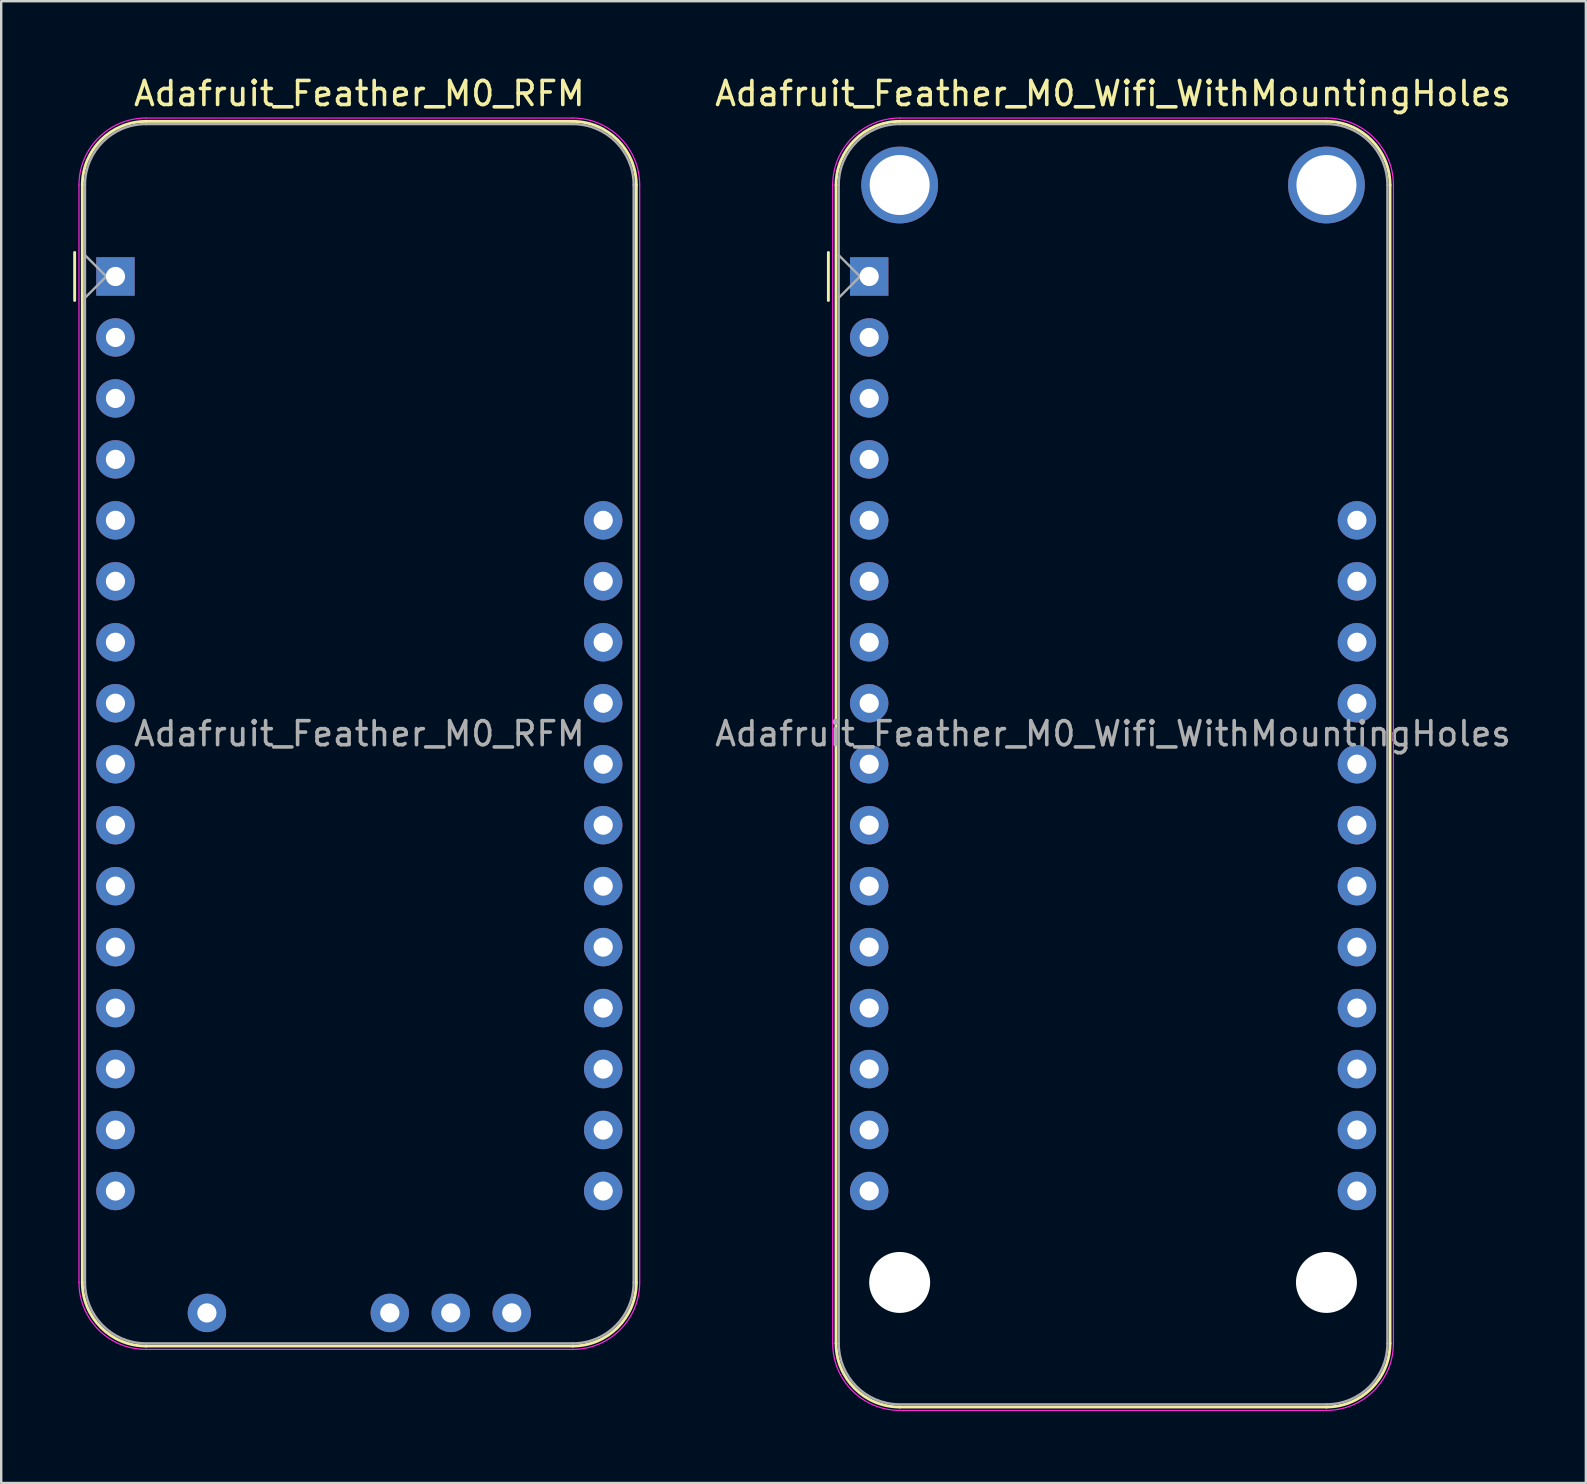
<source format=kicad_pcb>
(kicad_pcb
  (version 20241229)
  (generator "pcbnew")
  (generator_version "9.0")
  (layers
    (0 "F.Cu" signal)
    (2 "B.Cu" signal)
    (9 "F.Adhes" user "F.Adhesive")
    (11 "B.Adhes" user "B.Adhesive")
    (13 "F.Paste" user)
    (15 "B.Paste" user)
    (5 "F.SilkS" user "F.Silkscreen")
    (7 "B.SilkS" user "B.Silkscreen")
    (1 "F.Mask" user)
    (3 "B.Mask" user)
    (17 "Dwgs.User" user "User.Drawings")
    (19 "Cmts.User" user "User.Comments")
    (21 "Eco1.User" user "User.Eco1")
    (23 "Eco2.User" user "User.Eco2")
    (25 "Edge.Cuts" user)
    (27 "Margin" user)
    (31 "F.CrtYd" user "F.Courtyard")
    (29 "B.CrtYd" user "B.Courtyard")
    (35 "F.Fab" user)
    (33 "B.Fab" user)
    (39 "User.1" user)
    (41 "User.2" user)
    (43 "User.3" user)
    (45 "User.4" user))
  (footprint "Adafruit_Feather_M0_Wifi_WithMountingHoles"
    (layer "F.Cu")
    (at 33.161 8.468)
    (property "Reference" "Adafruit_Feather_M0_Wifi_WithMountingHoles" (at 10.16 -7.62 0) (layer "F.SilkS") (effects (font (size 1 1) (thickness 0.15))))
    (attr through_hole)
    (fp_line (start -1.7 1) (end -1.7 -1) (stroke (width 0.12) (type solid)) (layer "F.SilkS"))
    (fp_line (start -1.38 -3.81) (end -1.38 44.45) (stroke (width 0.12) (type solid)) (layer "F.SilkS"))
    (fp_line (start 19.05 -6.46) (end 1.27 -6.46) (stroke (width 0.12) (type solid)) (layer "F.SilkS"))
    (fp_line (start 19.05 47.1) (end 1.27 47.1) (stroke (width 0.12) (type solid)) (layer "F.SilkS"))
    (fp_line (start 21.7 -3.81) (end 21.7 44.45) (stroke (width 0.12) (type solid)) (layer "F.SilkS"))
    (fp_arc (start -1.38 -3.81) (mid -0.603833 -5.683833) (end 1.27 -6.46) (stroke (width 0.12) (type solid)) (layer "F.SilkS"))
    (fp_arc (start 1.27 47.1) (mid -0.603833 46.323833) (end -1.38 44.45) (stroke (width 0.12) (type solid)) (layer "F.SilkS"))
    (fp_arc (start 19.05 -6.46) (mid 20.923833 -5.683833) (end 21.7 -3.81) (stroke (width 0.12) (type solid)) (layer "F.SilkS"))
    (fp_arc (start 21.7 44.45) (mid 20.923833 46.323833) (end 19.05 47.1) (stroke (width 0.12) (type solid)) (layer "F.SilkS"))
    (fp_line (start -1.52 44.45) (end -1.52 -3.81) (stroke (width 0.05) (type solid)) (layer "F.CrtYd"))
    (fp_line (start 19.05 -6.6) (end 1.27 -6.6) (stroke (width 0.05) (type solid)) (layer "F.CrtYd"))
    (fp_line (start 19.05 47.24) (end 1.27 47.24) (stroke (width 0.05) (type solid)) (layer "F.CrtYd"))
    (fp_line (start 21.84 44.45) (end 21.84 -3.81) (stroke (width 0.05) (type solid)) (layer "F.CrtYd"))
    (fp_arc (start -1.52 -3.81) (mid -0.702828 -5.782828) (end 1.27 -6.6) (stroke (width 0.05) (type solid)) (layer "F.CrtYd"))
    (fp_arc (start 1.27 47.24) (mid -0.702828 46.422828) (end -1.52 44.45) (stroke (width 0.05) (type solid)) (layer "F.CrtYd"))
    (fp_arc (start 19.05 -6.6) (mid 21.022828 -5.782828) (end 21.84 -3.81) (stroke (width 0.05) (type solid)) (layer "F.CrtYd"))
    (fp_arc (start 21.84 44.45) (mid 21.022828 46.422828) (end 19.05 47.24) (stroke (width 0.05) (type solid)) (layer "F.CrtYd"))
    (fp_line (start -1.27 -3.81) (end -1.27 44.45) (stroke (width 0.1) (type solid)) (layer "F.Fab"))
    (fp_line (start -1.27 -0.889) (end -0.381 0) (stroke (width 0.1) (type solid)) (layer "F.Fab"))
    (fp_line (start -0.381 0) (end -1.27 0.889) (stroke (width 0.1) (type solid)) (layer "F.Fab"))
    (fp_line (start 1.27 46.99) (end 19.05 46.99) (stroke (width 0.1) (type solid)) (layer "F.Fab"))
    (fp_line (start 19.05 -6.35) (end 1.27 -6.35) (stroke (width 0.1) (type solid)) (layer "F.Fab"))
    (fp_line (start 21.59 44.45) (end 21.59 -3.81) (stroke (width 0.1) (type solid)) (layer "F.Fab"))
    (fp_arc (start -1.27 -3.81) (mid -0.526051 -5.606051) (end 1.27 -6.35) (stroke (width 0.1) (type solid)) (layer "F.Fab"))
    (fp_arc (start 1.221238 46.989532) (mid -0.543209 46.228728) (end -1.27 44.45) (stroke (width 0.1) (type solid)) (layer "F.Fab"))
    (fp_arc (start 19.05 -6.35) (mid 20.846051 -5.606051) (end 21.59 -3.81) (stroke (width 0.1) (type solid)) (layer "F.Fab"))
    (fp_arc (start 21.59 44.45) (mid 20.846051 46.246051) (end 19.05 46.99) (stroke (width 0.1) (type solid)) (layer "F.Fab"))
    (fp_text user "${REFERENCE}" (at 10.16 19.05 180) (layer "F.Fab") (effects (font (size 1 1) (thickness 0.15))))
    (pad "" np_thru_hole circle (at 1.27 -3.81 270) (size 3.2 3.2) (drill 2.5) (layers "*.Cu" "*.Mask"))
    (pad "" np_thru_hole circle (at 1.27 41.91 270) (size 2.54 2.54) (drill 2.54) (layers "*.Cu" "*.Mask"))
    (pad "" np_thru_hole circle (at 19.05 -3.81 270) (size 3.2 3.2) (drill 2.5) (layers "*.Cu" "*.Mask"))
    (pad "" np_thru_hole circle (at 19.05 41.91 270) (size 2.54 2.54) (drill 2.54) (layers "*.Cu" "*.Mask"))
    (pad "1" thru_hole rect (at 0 0 180) (size 1.6 1.6) (drill 0.8) (layers "*.Cu" "*.Mask"))
    (pad "2" thru_hole circle (at 0 2.54 180) (size 1.6 1.6) (drill 0.8) (layers "*.Cu" "*.Mask"))
    (pad "3" thru_hole circle (at 0 5.08 180) (size 1.6 1.6) (drill 0.8) (layers "*.Cu" "*.Mask"))
    (pad "4" thru_hole circle (at 0 7.62 180) (size 1.6 1.6) (drill 0.8) (layers "*.Cu" "*.Mask"))
    (pad "5" thru_hole circle (at 0 10.16 180) (size 1.6 1.6) (drill 0.8) (layers "*.Cu" "*.Mask"))
    (pad "6" thru_hole circle (at 0 12.7 180) (size 1.6 1.6) (drill 0.8) (layers "*.Cu" "*.Mask"))
    (pad "7" thru_hole circle (at 0 15.24 180) (size 1.6 1.6) (drill 0.8) (layers "*.Cu" "*.Mask"))
    (pad "8" thru_hole circle (at 0 17.78 180) (size 1.6 1.6) (drill 0.8) (layers "*.Cu" "*.Mask"))
    (pad "9" thru_hole circle (at 0 20.32 180) (size 1.6 1.6) (drill 0.8) (layers "*.Cu" "*.Mask"))
    (pad "10" thru_hole circle (at 0 22.86 180) (size 1.6 1.6) (drill 0.8) (layers "*.Cu" "*.Mask"))
    (pad "11" thru_hole circle (at 0 25.4 180) (size 1.6 1.6) (drill 0.8) (layers "*.Cu" "*.Mask"))
    (pad "12" thru_hole circle (at 0 27.94 180) (size 1.6 1.6) (drill 0.8) (layers "*.Cu" "*.Mask"))
    (pad "13" thru_hole circle (at 0 30.48 180) (size 1.6 1.6) (drill 0.8) (layers "*.Cu" "*.Mask"))
    (pad "14" thru_hole circle (at 0 33.02 180) (size 1.6 1.6) (drill 0.8) (layers "*.Cu" "*.Mask"))
    (pad "15" thru_hole circle (at 0 35.56 180) (size 1.6 1.6) (drill 0.8) (layers "*.Cu" "*.Mask"))
    (pad "16" thru_hole circle (at 0 38.1 180) (size 1.6 1.6) (drill 0.8) (layers "*.Cu" "*.Mask"))
    (pad "17" thru_hole circle (at 20.32 38.1 180) (size 1.6 1.6) (drill 0.8) (layers "*.Cu" "*.Mask"))
    (pad "18" thru_hole circle (at 20.32 35.56 180) (size 1.6 1.6) (drill 0.8) (layers "*.Cu" "*.Mask"))
    (pad "19" thru_hole circle (at 20.32 33.02 180) (size 1.6 1.6) (drill 0.8) (layers "*.Cu" "*.Mask"))
    (pad "20" thru_hole circle (at 20.32 30.48 180) (size 1.6 1.6) (drill 0.8) (layers "*.Cu" "*.Mask"))
    (pad "21" thru_hole circle (at 20.32 27.94 180) (size 1.6 1.6) (drill 0.8) (layers "*.Cu" "*.Mask"))
    (pad "22" thru_hole circle (at 20.32 25.4 180) (size 1.6 1.6) (drill 0.8) (layers "*.Cu" "*.Mask"))
    (pad "23" thru_hole circle (at 20.32 22.86 180) (size 1.6 1.6) (drill 0.8) (layers "*.Cu" "*.Mask"))
    (pad "24" thru_hole circle (at 20.32 20.32 180) (size 1.6 1.6) (drill 0.8) (layers "*.Cu" "*.Mask"))
    (pad "25" thru_hole circle (at 20.32 17.78 180) (size 1.6 1.6) (drill 0.8) (layers "*.Cu" "*.Mask"))
    (pad "26" thru_hole circle (at 20.32 15.24 180) (size 1.6 1.6) (drill 0.8) (layers "*.Cu" "*.Mask"))
    (pad "27" thru_hole circle (at 20.32 12.7 180) (size 1.6 1.6) (drill 0.8) (layers "*.Cu" "*.Mask"))
    (pad "28" thru_hole circle (at 20.32 10.16 180) (size 1.6 1.6) (drill 0.8) (layers "*.Cu" "*.Mask")))
  (footprint "Adafruit_Feather_M0_RFM"
    (layer "F.Cu")
    (at 1.76 8.468)
    (property "Reference" "Adafruit_Feather_M0_RFM" (at 10.16 -7.62 0) (layer "F.SilkS") (effects (font (size 1 1) (thickness 0.15))))
    (attr through_hole)
    (fp_line (start -1.7 1) (end -1.7 -1) (stroke (width 0.12) (type solid)) (layer "F.SilkS"))
    (fp_line (start -1.38 -3.81) (end -1.38 41.91) (stroke (width 0.12) (type solid)) (layer "F.SilkS"))
    (fp_line (start 19.05 -6.46) (end 1.27 -6.46) (stroke (width 0.12) (type solid)) (layer "F.SilkS"))
    (fp_line (start 19.05 44.56) (end 1.27 44.56) (stroke (width 0.12) (type solid)) (layer "F.SilkS"))
    (fp_line (start 21.7 -3.81) (end 21.7 41.91) (stroke (width 0.12) (type solid)) (layer "F.SilkS"))
    (fp_arc (start -1.38 -3.81) (mid -0.603833 -5.683833) (end 1.27 -6.46) (stroke (width 0.12) (type solid)) (layer "F.SilkS"))
    (fp_arc (start 1.27 44.56) (mid -0.603833 43.783833) (end -1.38 41.91) (stroke (width 0.12) (type solid)) (layer "F.SilkS"))
    (fp_arc (start 19.05 -6.46) (mid 20.923833 -5.683833) (end 21.7 -3.81) (stroke (width 0.12) (type solid)) (layer "F.SilkS"))
    (fp_arc (start 21.7 41.91) (mid 20.923833 43.783833) (end 19.05 44.56) (stroke (width 0.12) (type solid)) (layer "F.SilkS"))
    (fp_line (start -1.52 41.91) (end -1.52 -3.81) (stroke (width 0.05) (type solid)) (layer "F.CrtYd"))
    (fp_line (start 19.05 -6.6) (end 1.27 -6.6) (stroke (width 0.05) (type solid)) (layer "F.CrtYd"))
    (fp_line (start 19.05 44.7) (end 1.27 44.7) (stroke (width 0.05) (type solid)) (layer "F.CrtYd"))
    (fp_line (start 21.84 41.91) (end 21.84 -3.81) (stroke (width 0.05) (type solid)) (layer "F.CrtYd"))
    (fp_arc (start -1.52 -3.81) (mid -0.702828 -5.782828) (end 1.27 -6.6) (stroke (width 0.05) (type solid)) (layer "F.CrtYd"))
    (fp_arc (start 1.27 44.7) (mid -0.702828 43.882828) (end -1.52 41.91) (stroke (width 0.05) (type solid)) (layer "F.CrtYd"))
    (fp_arc (start 19.05 -6.6) (mid 21.022828 -5.782828) (end 21.84 -3.81) (stroke (width 0.05) (type solid)) (layer "F.CrtYd"))
    (fp_arc (start 21.84 41.91) (mid 21.022828 43.882828) (end 19.05 44.7) (stroke (width 0.05) (type solid)) (layer "F.CrtYd"))
    (fp_line (start -1.27 -3.81) (end -1.27 41.91) (stroke (width 0.1) (type solid)) (layer "F.Fab"))
    (fp_line (start -1.27 -0.889) (end -0.381 0) (stroke (width 0.1) (type solid)) (layer "F.Fab"))
    (fp_line (start -0.381 0) (end -1.27 0.889) (stroke (width 0.1) (type solid)) (layer "F.Fab"))
    (fp_line (start 1.27 44.45) (end 19.05 44.45) (stroke (width 0.1) (type solid)) (layer "F.Fab"))
    (fp_line (start 19.05 -6.35) (end 1.27 -6.35) (stroke (width 0.1) (type solid)) (layer "F.Fab"))
    (fp_line (start 21.59 41.91) (end 21.59 -3.81) (stroke (width 0.1) (type solid)) (layer "F.Fab"))
    (fp_arc (start -1.27 -3.81) (mid -0.526051 -5.606051) (end 1.27 -6.35) (stroke (width 0.1) (type solid)) (layer "F.Fab"))
    (fp_arc (start 1.221238 44.449532) (mid -0.543209 43.688728) (end -1.27 41.91) (stroke (width 0.1) (type solid)) (layer "F.Fab"))
    (fp_arc (start 19.05 -6.35) (mid 20.846051 -5.606051) (end 21.59 -3.81) (stroke (width 0.1) (type solid)) (layer "F.Fab"))
    (fp_arc (start 21.59 41.91) (mid 20.846051 43.706051) (end 19.05 44.45) (stroke (width 0.1) (type solid)) (layer "F.Fab"))
    (fp_text user "${REFERENCE}" (at 10.16 19.05 180) (layer "F.Fab") (effects (font (size 1 1) (thickness 0.15))))
    (pad "1" thru_hole rect (at 0 0 180) (size 1.6 1.6) (drill 0.8) (layers "*.Cu" "*.Mask"))
    (pad "2" thru_hole circle (at 0 2.54 180) (size 1.6 1.6) (drill 0.8) (layers "*.Cu" "*.Mask"))
    (pad "3" thru_hole circle (at 0 5.08 180) (size 1.6 1.6) (drill 0.8) (layers "*.Cu" "*.Mask"))
    (pad "4" thru_hole circle (at 0 7.62 180) (size 1.6 1.6) (drill 0.8) (layers "*.Cu" "*.Mask"))
    (pad "5" thru_hole circle (at 0 10.16 180) (size 1.6 1.6) (drill 0.8) (layers "*.Cu" "*.Mask"))
    (pad "6" thru_hole circle (at 0 12.7 180) (size 1.6 1.6) (drill 0.8) (layers "*.Cu" "*.Mask"))
    (pad "7" thru_hole circle (at 0 15.24 180) (size 1.6 1.6) (drill 0.8) (layers "*.Cu" "*.Mask"))
    (pad "8" thru_hole circle (at 0 17.78 180) (size 1.6 1.6) (drill 0.8) (layers "*.Cu" "*.Mask"))
    (pad "9" thru_hole circle (at 0 20.32 180) (size 1.6 1.6) (drill 0.8) (layers "*.Cu" "*.Mask"))
    (pad "10" thru_hole circle (at 0 22.86 180) (size 1.6 1.6) (drill 0.8) (layers "*.Cu" "*.Mask"))
    (pad "11" thru_hole circle (at 0 25.4 180) (size 1.6 1.6) (drill 0.8) (layers "*.Cu" "*.Mask"))
    (pad "12" thru_hole circle (at 0 27.94 180) (size 1.6 1.6) (drill 0.8) (layers "*.Cu" "*.Mask"))
    (pad "13" thru_hole circle (at 0 30.48 180) (size 1.6 1.6) (drill 0.8) (layers "*.Cu" "*.Mask"))
    (pad "14" thru_hole circle (at 0 33.02 180) (size 1.6 1.6) (drill 0.8) (layers "*.Cu" "*.Mask"))
    (pad "15" thru_hole circle (at 0 35.56 180) (size 1.6 1.6) (drill 0.8) (layers "*.Cu" "*.Mask"))
    (pad "16" thru_hole circle (at 0 38.1 180) (size 1.6 1.6) (drill 0.8) (layers "*.Cu" "*.Mask"))
    (pad "17" thru_hole circle (at 20.32 38.1 180) (size 1.6 1.6) (drill 0.8) (layers "*.Cu" "*.Mask"))
    (pad "18" thru_hole circle (at 20.32 35.56 180) (size 1.6 1.6) (drill 0.8) (layers "*.Cu" "*.Mask"))
    (pad "19" thru_hole circle (at 20.32 33.02 180) (size 1.6 1.6) (drill 0.8) (layers "*.Cu" "*.Mask"))
    (pad "20" thru_hole circle (at 20.32 30.48 180) (size 1.6 1.6) (drill 0.8) (layers "*.Cu" "*.Mask"))
    (pad "21" thru_hole circle (at 20.32 27.94 180) (size 1.6 1.6) (drill 0.8) (layers "*.Cu" "*.Mask"))
    (pad "22" thru_hole circle (at 20.32 25.4 180) (size 1.6 1.6) (drill 0.8) (layers "*.Cu" "*.Mask"))
    (pad "23" thru_hole circle (at 20.32 22.86 180) (size 1.6 1.6) (drill 0.8) (layers "*.Cu" "*.Mask"))
    (pad "24" thru_hole circle (at 20.32 20.32 180) (size 1.6 1.6) (drill 0.8) (layers "*.Cu" "*.Mask"))
    (pad "25" thru_hole circle (at 20.32 17.78 180) (size 1.6 1.6) (drill 0.8) (layers "*.Cu" "*.Mask"))
    (pad "26" thru_hole circle (at 20.32 15.24 180) (size 1.6 1.6) (drill 0.8) (layers "*.Cu" "*.Mask"))
    (pad "27" thru_hole circle (at 20.32 12.7 180) (size 1.6 1.6) (drill 0.8) (layers "*.Cu" "*.Mask"))
    (pad "28" thru_hole circle (at 20.32 10.16 180) (size 1.6 1.6) (drill 0.8) (layers "*.Cu" "*.Mask"))
    (pad "29" thru_hole circle (at 16.51 43.18 180) (size 1.6 1.6) (drill 0.8) (layers "*.Cu" "*.Mask"))
    (pad "30" thru_hole circle (at 13.97 43.18 180) (size 1.6 1.6) (drill 0.8) (layers "*.Cu" "*.Mask"))
    (pad "31" thru_hole circle (at 11.43 43.18 180) (size 1.6 1.6) (drill 0.8) (layers "*.Cu" "*.Mask"))
    (pad "32" thru_hole circle (at 3.81 43.18 180) (size 1.6 1.6) (drill 0.8) (layers "*.Cu" "*.Mask")))
  (gr_rect
    (start -3 -3)
    (end 63.018 58.733)
    (stroke (width 0.1) (type default))
    (fill no)
    (layer "Edge.Cuts")))
</source>
